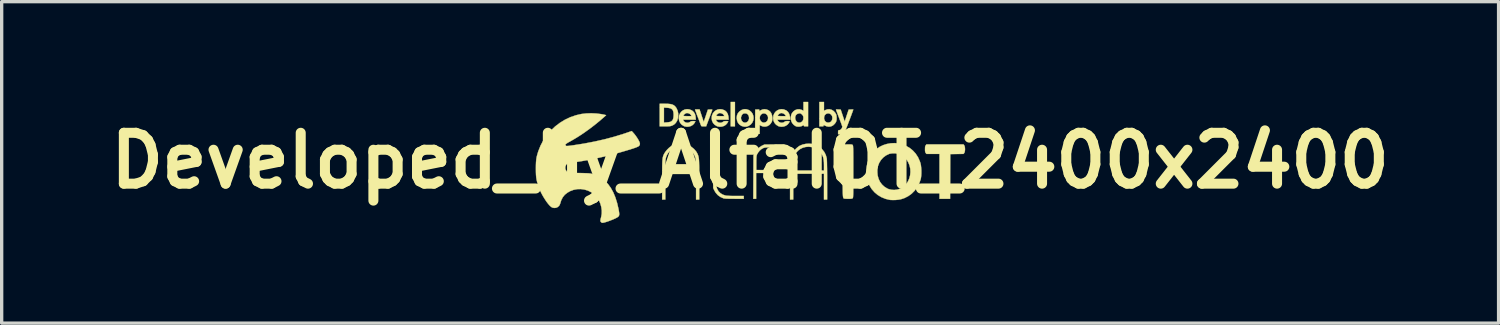
<source format=kicad_pcb>
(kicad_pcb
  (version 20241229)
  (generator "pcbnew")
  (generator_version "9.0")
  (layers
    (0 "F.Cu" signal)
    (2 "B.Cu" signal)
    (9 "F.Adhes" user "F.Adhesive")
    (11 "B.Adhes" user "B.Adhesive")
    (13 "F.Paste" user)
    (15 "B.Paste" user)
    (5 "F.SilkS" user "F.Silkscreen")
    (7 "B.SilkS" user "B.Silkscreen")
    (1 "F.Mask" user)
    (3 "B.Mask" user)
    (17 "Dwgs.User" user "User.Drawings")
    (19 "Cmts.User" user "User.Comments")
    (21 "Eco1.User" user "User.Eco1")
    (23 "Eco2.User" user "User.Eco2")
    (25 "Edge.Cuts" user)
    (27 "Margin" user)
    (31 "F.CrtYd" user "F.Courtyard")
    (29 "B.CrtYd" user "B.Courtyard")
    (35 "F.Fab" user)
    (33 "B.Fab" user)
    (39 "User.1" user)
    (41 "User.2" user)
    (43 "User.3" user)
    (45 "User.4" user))
  (footprint "Developed_by_AlfaIOT_2400x2400"
    (layer "F.Cu")
    (at 19.42 1.762)
    (property "Reference" "Developed_by_AlfaIOT_2400x2400" (at 0 0 0) (layer "F.SilkS") (effects (font (size 1.524 1.524) (thickness 0.3))))
    (attr through_hole)
    (fp_poly (pts (xy -0.455 -1.027) (xy -0.582 -1.027) (xy -0.582 -1.757) (xy -0.455 -1.757) (xy -0.455 -1.027)) (stroke (width 0.01) (type solid)) (fill yes) (layer "F.SilkS"))
    (fp_poly (pts (xy 6.413 -0.459) (xy 6.427 -0.428) (xy 6.435 -0.385) (xy 6.437 -0.335) (xy 6.433 -0.287) (xy 6.423 -0.247) (xy 6.413 -0.229) (xy 6.391 -0.202) (xy 6.193 -0.199) (xy 5.995 -0.196) (xy 5.993 0.474) (xy 5.99 1.143) (xy 5.673 1.143) (xy 5.673 -0.201) (xy 5.283 -0.201) (xy 5.261 -0.229) (xy 5.249 -0.247) (xy 5.243 -0.27) (xy 5.239 -0.303) (xy 5.239 -0.344) (xy 5.24 -0.39) (xy 5.243 -0.422) (xy 5.251 -0.443) (xy 5.261 -0.459) (xy 5.283 -0.487) (xy 6.391 -0.487) (xy 6.413 -0.459)) (stroke (width 0.01) (type solid)) (fill yes) (layer "F.SilkS"))
    (fp_poly (pts (xy -1.453 -1.347) (xy -1.39 -1.159) (xy -1.327 -1.344) (xy -1.265 -1.529) (xy -1.198 -1.532) (xy -1.16 -1.533) (xy -1.14 -1.531) (xy -1.134 -1.524) (xy -1.134 -1.521) (xy -1.139 -1.507) (xy -1.15 -1.477) (xy -1.166 -1.432) (xy -1.187 -1.377) (xy -1.21 -1.313) (xy -1.228 -1.267) (xy -1.318 -1.027) (xy -1.389 -1.027) (xy -1.428 -1.027) (xy -1.45 -1.03) (xy -1.462 -1.037) (xy -1.47 -1.05) (xy -1.472 -1.056) (xy -1.504 -1.139) (xy -1.534 -1.219) (xy -1.563 -1.296) (xy -1.59 -1.365) (xy -1.612 -1.426) (xy -1.631 -1.475) (xy -1.644 -1.51) (xy -1.65 -1.528) (xy -1.651 -1.531) (xy -1.641 -1.533) (xy -1.616 -1.534) (xy -1.583 -1.535) (xy -1.515 -1.535) (xy -1.453 -1.347)) (stroke (width 0.01) (type solid)) (fill yes) (layer "F.SilkS"))
    (fp_poly (pts (xy -1.027 0.104) (xy -1.026 0.251) (xy -1.026 0.381) (xy -1.025 0.493) (xy -1.023 0.586) (xy -1.021 0.661) (xy -1.019 0.715) (xy -1.016 0.75) (xy -1.015 0.757) (xy -0.989 0.843) (xy -0.948 0.916) (xy -0.89 0.975) (xy -0.818 1.019) (xy -0.733 1.046) (xy -0.732 1.046) (xy -0.704 1.05) (xy -0.658 1.053) (xy -0.597 1.056) (xy -0.526 1.058) (xy -0.449 1.058) (xy -0.433 1.058) (xy -0.191 1.058) (xy -0.191 1.143) (xy -0.474 1.142) (xy -0.575 1.142) (xy -0.656 1.14) (xy -0.719 1.138) (xy -0.764 1.134) (xy -0.793 1.13) (xy -0.799 1.128) (xy -0.889 1.089) (xy -0.967 1.033) (xy -1.03 0.962) (xy -1.072 0.892) (xy -1.106 0.82) (xy -1.109 0.167) (xy -1.112 -0.487) (xy -1.027 -0.487) (xy -1.027 0.104)) (stroke (width 0.01) (type solid)) (fill yes) (layer "F.SilkS"))
    (fp_poly (pts (xy 1.027 -0.404) (xy 0.733 -0.4) (xy 0.646 -0.399) (xy 0.577 -0.398) (xy 0.524 -0.397) (xy 0.484 -0.395) (xy 0.454 -0.392) (xy 0.432 -0.388) (xy 0.413 -0.384) (xy 0.397 -0.377) (xy 0.384 -0.372) (xy 0.331 -0.34) (xy 0.28 -0.294) (xy 0.237 -0.241) (xy 0.207 -0.188) (xy 0.206 -0.185) (xy 0.198 -0.164) (xy 0.193 -0.141) (xy 0.189 -0.112) (xy 0.187 -0.074) (xy 0.186 -0.023) (xy 0.185 0.044) (xy 0.185 0.074) (xy 0.185 0.28) (xy 0.431 0.283) (xy 0.677 0.286) (xy 0.677 0.37) (xy 0.18 0.37) (xy 0.18 1.143) (xy 0.095 1.143) (xy 0.101 -0.155) (xy 0.14 -0.234) (xy 0.192 -0.318) (xy 0.258 -0.385) (xy 0.339 -0.439) (xy 0.357 -0.448) (xy 0.429 -0.482) (xy 0.728 -0.485) (xy 1.027 -0.488) (xy 1.027 -0.404)) (stroke (width 0.01) (type solid)) (fill yes) (layer "F.SilkS"))
    (fp_poly (pts (xy -2.463 -1.702) (xy -2.391 -1.695) (xy -2.334 -1.682) (xy -2.289 -1.661) (xy -2.252 -1.632) (xy -2.22 -1.593) (xy -2.202 -1.564) (xy -2.171 -1.493) (xy -2.155 -1.417) (xy -2.154 -1.338) (xy -2.165 -1.262) (xy -2.189 -1.192) (xy -2.226 -1.132) (xy -2.273 -1.086) (xy -2.284 -1.079) (xy -2.316 -1.06) (xy -2.348 -1.046) (xy -2.382 -1.036) (xy -2.424 -1.03) (xy -2.478 -1.028) (xy -2.548 -1.027) (xy -2.559 -1.027) (xy -2.709 -1.027) (xy -2.709 -1.14) (xy -2.582 -1.14) (xy -2.491 -1.146) (xy -2.431 -1.153) (xy -2.386 -1.164) (xy -2.368 -1.172) (xy -2.333 -1.201) (xy -2.309 -1.241) (xy -2.296 -1.296) (xy -2.291 -1.368) (xy -2.291 -1.371) (xy -2.296 -1.442) (xy -2.31 -1.497) (xy -2.336 -1.536) (xy -2.376 -1.563) (xy -2.433 -1.578) (xy -2.493 -1.585) (xy -2.582 -1.59) (xy -2.582 -1.14) (xy -2.709 -1.14) (xy -2.709 -1.704) (xy -2.552 -1.704) (xy -2.463 -1.702)) (stroke (width 0.01) (type solid)) (fill yes) (layer "F.SilkS"))
    (fp_poly (pts (xy -0.052 -1.521) (xy -0.018 -1.503) (xy 0.036 -1.457) (xy 0.075 -1.401) (xy 0.097 -1.337) (xy 0.103 -1.27) (xy 0.093 -1.203) (xy 0.065 -1.14) (xy 0.021 -1.086) (xy 0.015 -1.08) (xy -0.047 -1.039) (xy -0.113 -1.018) (xy -0.182 -1.018) (xy -0.254 -1.038) (xy -0.261 -1.041) (xy -0.319 -1.08) (xy -0.363 -1.132) (xy -0.391 -1.197) (xy -0.402 -1.273) (xy -0.402 -1.275) (xy -0.275 -1.275) (xy -0.266 -1.228) (xy -0.243 -1.185) (xy -0.21 -1.153) (xy -0.166 -1.137) (xy -0.121 -1.141) (xy -0.079 -1.165) (xy -0.071 -1.173) (xy -0.044 -1.213) (xy -0.032 -1.262) (xy -0.035 -1.313) (xy -0.051 -1.36) (xy -0.081 -1.396) (xy -0.082 -1.397) (xy -0.118 -1.414) (xy -0.161 -1.418) (xy -0.202 -1.409) (xy -0.216 -1.402) (xy -0.239 -1.378) (xy -0.259 -1.342) (xy -0.272 -1.302) (xy -0.275 -1.275) (xy -0.402 -1.275) (xy -0.402 -1.283) (xy -0.395 -1.352) (xy -0.372 -1.41) (xy -0.332 -1.461) (xy -0.313 -1.478) (xy -0.253 -1.519) (xy -0.187 -1.54) (xy -0.119 -1.541) (xy -0.052 -1.521)) (stroke (width 0.01) (type solid)) (fill yes) (layer "F.SilkS"))
    (fp_poly (pts (xy 0.491 -1.533) (xy 0.551 -1.509) (xy 0.6 -1.469) (xy 0.632 -1.422) (xy 0.654 -1.362) (xy 0.666 -1.296) (xy 0.666 -1.231) (xy 0.653 -1.174) (xy 0.652 -1.171) (xy 0.617 -1.111) (xy 0.57 -1.064) (xy 0.514 -1.033) (xy 0.453 -1.019) (xy 0.389 -1.022) (xy 0.335 -1.041) (xy 0.286 -1.066) (xy 0.286 -0.804) (xy 0.148 -0.804) (xy 0.152 -1.296) (xy 0.287 -1.296) (xy 0.29 -1.247) (xy 0.308 -1.202) (xy 0.338 -1.165) (xy 0.38 -1.142) (xy 0.387 -1.14) (xy 0.426 -1.14) (xy 0.468 -1.153) (xy 0.483 -1.161) (xy 0.513 -1.192) (xy 0.532 -1.235) (xy 0.538 -1.283) (xy 0.53 -1.33) (xy 0.524 -1.344) (xy 0.492 -1.386) (xy 0.453 -1.41) (xy 0.409 -1.418) (xy 0.366 -1.408) (xy 0.328 -1.381) (xy 0.301 -1.344) (xy 0.287 -1.296) (xy 0.152 -1.296) (xy 0.153 -1.529) (xy 0.214 -1.532) (xy 0.249 -1.534) (xy 0.267 -1.532) (xy 0.274 -1.524) (xy 0.275 -1.509) (xy 0.275 -1.508) (xy 0.275 -1.48) (xy 0.304 -1.501) (xy 0.363 -1.53) (xy 0.427 -1.541) (xy 0.491 -1.533)) (stroke (width 0.01) (type solid)) (fill yes) (layer "F.SilkS"))
    (fp_poly (pts (xy 1.736 -1.027) (xy 1.672 -1.027) (xy 1.637 -1.027) (xy 1.618 -1.031) (xy 1.61 -1.038) (xy 1.609 -1.048) (xy 1.607 -1.064) (xy 1.599 -1.067) (xy 1.582 -1.057) (xy 1.566 -1.046) (xy 1.531 -1.029) (xy 1.484 -1.02) (xy 1.433 -1.018) (xy 1.388 -1.024) (xy 1.37 -1.03) (xy 1.314 -1.066) (xy 1.267 -1.117) (xy 1.239 -1.166) (xy 1.22 -1.233) (xy 1.218 -1.28) (xy 1.348 -1.28) (xy 1.358 -1.226) (xy 1.359 -1.223) (xy 1.386 -1.177) (xy 1.423 -1.148) (xy 1.467 -1.137) (xy 1.514 -1.145) (xy 1.542 -1.16) (xy 1.575 -1.193) (xy 1.593 -1.239) (xy 1.595 -1.295) (xy 1.589 -1.332) (xy 1.575 -1.358) (xy 1.551 -1.384) (xy 1.525 -1.406) (xy 1.503 -1.416) (xy 1.477 -1.417) (xy 1.462 -1.415) (xy 1.414 -1.4) (xy 1.377 -1.37) (xy 1.355 -1.329) (xy 1.348 -1.28) (xy 1.218 -1.28) (xy 1.218 -1.305) (xy 1.231 -1.374) (xy 1.255 -1.424) (xy 1.298 -1.477) (xy 1.352 -1.515) (xy 1.413 -1.536) (xy 1.476 -1.539) (xy 1.538 -1.523) (xy 1.553 -1.516) (xy 1.598 -1.493) (xy 1.598 -1.757) (xy 1.736 -1.757) (xy 1.736 -1.027)) (stroke (width 0.01) (type solid)) (fill yes) (layer "F.SilkS"))
    (fp_poly (pts (xy 2.642 -1.532) (xy 2.642 -1.532) (xy 2.713 -1.529) (xy 2.773 -1.349) (xy 2.833 -1.169) (xy 2.892 -1.349) (xy 2.952 -1.529) (xy 3.021 -1.532) (xy 3.056 -1.533) (xy 3.081 -1.532) (xy 3.09 -1.53) (xy 3.087 -1.518) (xy 3.076 -1.489) (xy 3.061 -1.446) (xy 3.041 -1.392) (xy 3.018 -1.33) (xy 2.992 -1.262) (xy 2.966 -1.193) (xy 2.94 -1.124) (xy 2.915 -1.059) (xy 2.892 -1) (xy 2.872 -0.951) (xy 2.858 -0.914) (xy 2.848 -0.892) (xy 2.847 -0.889) (xy 2.813 -0.842) (xy 2.768 -0.812) (xy 2.709 -0.797) (xy 2.697 -0.796) (xy 2.635 -0.791) (xy 2.635 -0.851) (xy 2.636 -0.885) (xy 2.64 -0.903) (xy 2.649 -0.909) (xy 2.656 -0.91) (xy 2.698 -0.92) (xy 2.731 -0.948) (xy 2.745 -0.97) (xy 2.756 -0.996) (xy 2.762 -1.014) (xy 2.762 -1.016) (xy 2.759 -1.029) (xy 2.748 -1.058) (xy 2.733 -1.102) (xy 2.712 -1.157) (xy 2.688 -1.22) (xy 2.667 -1.276) (xy 2.641 -1.345) (xy 2.618 -1.406) (xy 2.598 -1.458) (xy 2.583 -1.498) (xy 2.574 -1.523) (xy 2.572 -1.531) (xy 2.581 -1.533) (xy 2.607 -1.533) (xy 2.642 -1.532)) (stroke (width 0.01) (type solid)) (fill yes) (layer "F.SilkS"))
    (fp_poly (pts (xy 2.212 -1.493) (xy 2.257 -1.516) (xy 2.319 -1.537) (xy 2.382 -1.539) (xy 2.444 -1.522) (xy 2.499 -1.488) (xy 2.546 -1.438) (xy 2.555 -1.424) (xy 2.574 -1.39) (xy 2.585 -1.357) (xy 2.59 -1.315) (xy 2.591 -1.296) (xy 2.591 -1.233) (xy 2.582 -1.183) (xy 2.562 -1.14) (xy 2.532 -1.101) (xy 2.48 -1.053) (xy 2.42 -1.025) (xy 2.357 -1.017) (xy 2.291 -1.029) (xy 2.259 -1.042) (xy 2.23 -1.057) (xy 2.21 -1.067) (xy 2.204 -1.069) (xy 2.202 -1.06) (xy 2.201 -1.048) (xy 2.199 -1.036) (xy 2.189 -1.03) (xy 2.166 -1.027) (xy 2.138 -1.027) (xy 2.074 -1.027) (xy 2.074 -1.264) (xy 2.215 -1.264) (xy 2.215 -1.262) (xy 2.229 -1.21) (xy 2.257 -1.17) (xy 2.295 -1.146) (xy 2.34 -1.138) (xy 2.387 -1.148) (xy 2.411 -1.16) (xy 2.44 -1.191) (xy 2.458 -1.233) (xy 2.464 -1.281) (xy 2.457 -1.327) (xy 2.45 -1.344) (xy 2.42 -1.385) (xy 2.382 -1.409) (xy 2.341 -1.417) (xy 2.301 -1.411) (xy 2.264 -1.391) (xy 2.235 -1.359) (xy 2.218 -1.317) (xy 2.215 -1.264) (xy 2.074 -1.264) (xy 2.074 -1.757) (xy 2.212 -1.757) (xy 2.212 -1.493)) (stroke (width 0.01) (type solid)) (fill yes) (layer "F.SilkS"))
    (fp_poly (pts (xy -1.821 -1.535) (xy -1.754 -1.509) (xy -1.734 -1.497) (xy -1.687 -1.454) (xy -1.653 -1.396) (xy -1.635 -1.326) (xy -1.632 -1.301) (xy -1.627 -1.228) (xy -2.011 -1.228) (xy -1.995 -1.196) (xy -1.967 -1.163) (xy -1.927 -1.142) (xy -1.881 -1.134) (xy -1.836 -1.14) (xy -1.798 -1.161) (xy -1.795 -1.163) (xy -1.776 -1.176) (xy -1.75 -1.183) (xy -1.711 -1.185) (xy -1.706 -1.185) (xy -1.672 -1.184) (xy -1.648 -1.181) (xy -1.64 -1.177) (xy -1.646 -1.164) (xy -1.659 -1.139) (xy -1.671 -1.12) (xy -1.712 -1.074) (xy -1.766 -1.04) (xy -1.829 -1.02) (xy -1.895 -1.015) (xy -1.96 -1.026) (xy -1.985 -1.036) (xy -2.047 -1.075) (xy -2.094 -1.128) (xy -2.125 -1.192) (xy -2.137 -1.265) (xy -2.137 -1.275) (xy -2.129 -1.344) (xy -2 -1.344) (xy -1.99 -1.339) (xy -1.962 -1.336) (xy -1.918 -1.334) (xy -1.878 -1.333) (xy -1.756 -1.333) (xy -1.772 -1.364) (xy -1.799 -1.395) (xy -1.839 -1.417) (xy -1.884 -1.426) (xy -1.904 -1.425) (xy -1.932 -1.415) (xy -1.962 -1.395) (xy -1.986 -1.372) (xy -1.999 -1.349) (xy -2 -1.344) (xy -2.129 -1.344) (xy -2.128 -1.349) (xy -2.102 -1.413) (xy -2.063 -1.466) (xy -2.012 -1.506) (xy -1.953 -1.532) (xy -1.888 -1.542) (xy -1.821 -1.535)) (stroke (width 0.01) (type solid)) (fill yes) (layer "F.SilkS"))
    (fp_poly (pts (xy -0.837 -1.535) (xy -0.77 -1.509) (xy -0.749 -1.497) (xy -0.702 -1.454) (xy -0.669 -1.396) (xy -0.651 -1.326) (xy -0.648 -1.301) (xy -0.643 -1.228) (xy -1.027 -1.228) (xy -1.011 -1.196) (xy -0.983 -1.163) (xy -0.943 -1.142) (xy -0.897 -1.134) (xy -0.852 -1.14) (xy -0.813 -1.161) (xy -0.811 -1.163) (xy -0.792 -1.176) (xy -0.766 -1.183) (xy -0.727 -1.185) (xy -0.722 -1.185) (xy -0.688 -1.184) (xy -0.664 -1.181) (xy -0.656 -1.177) (xy -0.661 -1.164) (xy -0.675 -1.139) (xy -0.687 -1.12) (xy -0.728 -1.074) (xy -0.782 -1.04) (xy -0.845 -1.02) (xy -0.911 -1.015) (xy -0.975 -1.026) (xy -1 -1.036) (xy -1.062 -1.075) (xy -1.11 -1.128) (xy -1.141 -1.192) (xy -1.153 -1.265) (xy -1.153 -1.275) (xy -1.145 -1.344) (xy -1.016 -1.344) (xy -1.006 -1.339) (xy -0.978 -1.336) (xy -0.934 -1.334) (xy -0.894 -1.333) (xy -0.772 -1.333) (xy -0.788 -1.364) (xy -0.815 -1.395) (xy -0.855 -1.417) (xy -0.899 -1.426) (xy -0.919 -1.425) (xy -0.948 -1.415) (xy -0.977 -1.395) (xy -1.002 -1.372) (xy -1.015 -1.349) (xy -1.016 -1.344) (xy -1.145 -1.344) (xy -1.144 -1.349) (xy -1.118 -1.413) (xy -1.078 -1.466) (xy -1.028 -1.506) (xy -0.969 -1.532) (xy -0.904 -1.542) (xy -0.837 -1.535)) (stroke (width 0.01) (type solid)) (fill yes) (layer "F.SilkS"))
    (fp_poly (pts (xy 1.004 -1.535) (xy 1.072 -1.509) (xy 1.092 -1.497) (xy 1.139 -1.454) (xy 1.172 -1.396) (xy 1.191 -1.326) (xy 1.194 -1.301) (xy 1.199 -1.228) (xy 0.814 -1.228) (xy 0.831 -1.196) (xy 0.859 -1.163) (xy 0.899 -1.142) (xy 0.944 -1.134) (xy 0.99 -1.14) (xy 1.028 -1.161) (xy 1.031 -1.163) (xy 1.05 -1.176) (xy 1.075 -1.183) (xy 1.114 -1.185) (xy 1.12 -1.185) (xy 1.154 -1.184) (xy 1.178 -1.181) (xy 1.185 -1.177) (xy 1.18 -1.164) (xy 1.167 -1.139) (xy 1.155 -1.12) (xy 1.114 -1.074) (xy 1.06 -1.04) (xy 0.997 -1.02) (xy 0.931 -1.015) (xy 0.866 -1.026) (xy 0.841 -1.036) (xy 0.779 -1.075) (xy 0.732 -1.128) (xy 0.701 -1.192) (xy 0.689 -1.265) (xy 0.688 -1.275) (xy 0.697 -1.344) (xy 0.826 -1.344) (xy 0.836 -1.339) (xy 0.864 -1.336) (xy 0.908 -1.334) (xy 0.947 -1.333) (xy 1.069 -1.333) (xy 1.054 -1.364) (xy 1.027 -1.395) (xy 0.987 -1.417) (xy 0.942 -1.426) (xy 0.922 -1.425) (xy 0.894 -1.415) (xy 0.864 -1.395) (xy 0.84 -1.372) (xy 0.826 -1.349) (xy 0.826 -1.344) (xy 0.697 -1.344) (xy 0.698 -1.349) (xy 0.723 -1.413) (xy 0.763 -1.466) (xy 0.814 -1.506) (xy 0.873 -1.532) (xy 0.937 -1.542) (xy 1.004 -1.535)) (stroke (width 0.01) (type solid)) (fill yes) (layer "F.SilkS"))
    (fp_poly (pts (xy 1.855 -0.501) (xy 1.898 -0.492) (xy 1.996 -0.457) (xy 2.083 -0.404) (xy 2.159 -0.338) (xy 2.221 -0.26) (xy 2.266 -0.171) (xy 2.294 -0.075) (xy 2.296 -0.058) (xy 2.298 -0.033) (xy 2.3 0.011) (xy 2.302 0.071) (xy 2.303 0.146) (xy 2.305 0.233) (xy 2.306 0.331) (xy 2.307 0.436) (xy 2.307 0.547) (xy 2.307 0.59) (xy 2.307 1.164) (xy 2.212 1.164) (xy 2.212 0.392) (xy 1.291 0.392) (xy 1.291 1.164) (xy 1.196 1.164) (xy 1.196 0.579) (xy 1.196 0.444) (xy 1.197 0.327) (xy 1.197 0.228) (xy 1.198 0.145) (xy 1.199 0.133) (xy 1.291 0.133) (xy 1.291 0.296) (xy 2.212 0.296) (xy 2.212 0.145) (xy 2.21 0.049) (xy 2.202 -0.031) (xy 2.188 -0.098) (xy 2.166 -0.155) (xy 2.135 -0.208) (xy 2.093 -0.26) (xy 2.076 -0.278) (xy 2.006 -0.338) (xy 1.926 -0.381) (xy 1.841 -0.407) (xy 1.754 -0.417) (xy 1.666 -0.41) (xy 1.581 -0.388) (xy 1.503 -0.35) (xy 1.432 -0.297) (xy 1.374 -0.229) (xy 1.358 -0.203) (xy 1.333 -0.156) (xy 1.315 -0.108) (xy 1.302 -0.056) (xy 1.295 0.007) (xy 1.292 0.083) (xy 1.291 0.133) (xy 1.199 0.133) (xy 1.2 0.076) (xy 1.203 0.018) (xy 1.207 -0.03) (xy 1.211 -0.069) (xy 1.217 -0.102) (xy 1.225 -0.13) (xy 1.234 -0.156) (xy 1.244 -0.181) (xy 1.257 -0.206) (xy 1.26 -0.213) (xy 1.294 -0.268) (xy 1.342 -0.325) (xy 1.396 -0.379) (xy 1.452 -0.424) (xy 1.488 -0.447) (xy 1.57 -0.481) (xy 1.664 -0.502) (xy 1.761 -0.509) (xy 1.855 -0.501)) (stroke (width 0.01) (type solid)) (fill yes) (layer "F.SilkS"))
    (fp_poly (pts (xy 2.991 -0.486) (xy 3.027 -0.485) (xy 3.05 -0.481) (xy 3.065 -0.475) (xy 3.073 -0.467) (xy 3.076 -0.462) (xy 3.079 -0.454) (xy 3.081 -0.441) (xy 3.084 -0.422) (xy 3.085 -0.396) (xy 3.087 -0.36) (xy 3.088 -0.314) (xy 3.089 -0.257) (xy 3.089 -0.186) (xy 3.09 -0.1) (xy 3.09 0.002) (xy 3.09 0.122) (xy 3.09 0.26) (xy 3.09 0.33) (xy 3.09 0.477) (xy 3.09 0.604) (xy 3.09 0.714) (xy 3.09 0.806) (xy 3.089 0.883) (xy 3.089 0.946) (xy 3.088 0.997) (xy 3.086 1.036) (xy 3.085 1.067) (xy 3.083 1.089) (xy 3.081 1.104) (xy 3.078 1.114) (xy 3.075 1.121) (xy 3.071 1.125) (xy 3.071 1.125) (xy 3.058 1.134) (xy 3.037 1.139) (xy 3.005 1.142) (xy 2.957 1.143) (xy 2.936 1.143) (xy 2.888 1.142) (xy 2.847 1.14) (xy 2.819 1.137) (xy 2.809 1.135) (xy 2.802 1.13) (xy 2.796 1.123) (xy 2.791 1.113) (xy 2.787 1.099) (xy 2.783 1.078) (xy 2.78 1.05) (xy 2.778 1.013) (xy 2.776 0.966) (xy 2.775 0.907) (xy 2.774 0.834) (xy 2.773 0.747) (xy 2.773 0.643) (xy 2.773 0.522) (xy 2.773 0.381) (xy 2.773 0.328) (xy 2.773 0.181) (xy 2.773 0.053) (xy 2.773 -0.057) (xy 2.774 -0.15) (xy 2.775 -0.227) (xy 2.776 -0.291) (xy 2.777 -0.342) (xy 2.78 -0.382) (xy 2.782 -0.413) (xy 2.786 -0.436) (xy 2.79 -0.452) (xy 2.794 -0.464) (xy 2.8 -0.471) (xy 2.806 -0.477) (xy 2.809 -0.479) (xy 2.824 -0.482) (xy 2.855 -0.484) (xy 2.897 -0.486) (xy 2.938 -0.487) (xy 2.991 -0.486)) (stroke (width 0.01) (type solid)) (fill yes) (layer "F.SilkS"))
    (fp_poly (pts (xy -1.976 -0.501) (xy -1.934 -0.492) (xy -1.842 -0.459) (xy -1.757 -0.411) (xy -1.682 -0.349) (xy -1.62 -0.279) (xy -1.584 -0.219) (xy -1.572 -0.193) (xy -1.562 -0.168) (xy -1.553 -0.143) (xy -1.546 -0.115) (xy -1.54 -0.083) (xy -1.535 -0.045) (xy -1.531 0.002) (xy -1.529 0.058) (xy -1.527 0.126) (xy -1.525 0.207) (xy -1.525 0.304) (xy -1.524 0.418) (xy -1.524 0.551) (xy -1.524 0.574) (xy -1.524 1.164) (xy -1.619 1.164) (xy -1.619 0.392) (xy -2.54 0.392) (xy -2.54 1.164) (xy -2.635 1.164) (xy -2.635 0.579) (xy -2.635 0.443) (xy -2.635 0.326) (xy -2.634 0.227) (xy -2.633 0.143) (xy -2.632 0.134) (xy -2.54 0.134) (xy -2.54 0.296) (xy -1.619 0.296) (xy -1.619 0.145) (xy -1.622 0.049) (xy -1.629 -0.031) (xy -1.643 -0.098) (xy -1.665 -0.155) (xy -1.697 -0.208) (xy -1.738 -0.26) (xy -1.755 -0.278) (xy -1.826 -0.338) (xy -1.905 -0.381) (xy -1.99 -0.408) (xy -2.078 -0.417) (xy -2.165 -0.411) (xy -2.249 -0.388) (xy -2.328 -0.35) (xy -2.398 -0.296) (xy -2.457 -0.227) (xy -2.475 -0.198) (xy -2.499 -0.152) (xy -2.516 -0.108) (xy -2.528 -0.06) (xy -2.536 -0.005) (xy -2.539 0.062) (xy -2.54 0.134) (xy -2.632 0.134) (xy -2.631 0.073) (xy -2.628 0.015) (xy -2.624 -0.032) (xy -2.62 -0.072) (xy -2.613 -0.105) (xy -2.606 -0.133) (xy -2.597 -0.158) (xy -2.586 -0.183) (xy -2.573 -0.208) (xy -2.57 -0.215) (xy -2.536 -0.267) (xy -2.49 -0.323) (xy -2.438 -0.376) (xy -2.385 -0.42) (xy -2.343 -0.447) (xy -2.261 -0.481) (xy -2.167 -0.502) (xy -2.07 -0.509) (xy -1.976 -0.501)) (stroke (width 0.01) (type solid)) (fill yes) (layer "F.SilkS"))
    (fp_poly (pts (xy 4.405 -0.519) (xy 4.538 -0.492) (xy 4.661 -0.447) (xy 4.772 -0.385) (xy 4.871 -0.306) (xy 4.957 -0.212) (xy 5.028 -0.104) (xy 5.083 0.018) (xy 5.104 0.082) (xy 5.116 0.14) (xy 5.124 0.213) (xy 5.129 0.294) (xy 5.129 0.377) (xy 5.125 0.456) (xy 5.116 0.524) (xy 5.108 0.561) (xy 5.064 0.685) (xy 5.003 0.799) (xy 4.927 0.901) (xy 4.838 0.99) (xy 4.736 1.063) (xy 4.625 1.12) (xy 4.524 1.154) (xy 4.448 1.168) (xy 4.364 1.178) (xy 4.279 1.18) (xy 4.203 1.177) (xy 4.183 1.174) (xy 4.055 1.144) (xy 3.935 1.095) (xy 3.825 1.03) (xy 3.727 0.948) (xy 3.643 0.852) (xy 3.574 0.742) (xy 3.55 0.693) (xy 3.51 0.577) (xy 3.486 0.453) (xy 3.479 0.328) (xy 3.81 0.328) (xy 3.819 0.439) (xy 3.847 0.542) (xy 3.89 0.634) (xy 3.95 0.715) (xy 4.024 0.783) (xy 4.111 0.836) (xy 4.154 0.854) (xy 4.232 0.873) (xy 4.317 0.878) (xy 4.404 0.868) (xy 4.447 0.857) (xy 4.535 0.82) (xy 4.611 0.766) (xy 4.676 0.699) (xy 4.728 0.621) (xy 4.767 0.534) (xy 4.792 0.441) (xy 4.802 0.344) (xy 4.798 0.246) (xy 4.777 0.149) (xy 4.739 0.055) (xy 4.7 -0.011) (xy 4.653 -0.067) (xy 4.595 -0.121) (xy 4.532 -0.165) (xy 4.477 -0.192) (xy 4.411 -0.211) (xy 4.336 -0.22) (xy 4.26 -0.219) (xy 4.191 -0.209) (xy 4.165 -0.202) (xy 4.072 -0.158) (xy 3.99 -0.097) (xy 3.921 -0.022) (xy 3.866 0.067) (xy 3.828 0.168) (xy 3.826 0.177) (xy 3.818 0.217) (xy 3.813 0.269) (xy 3.81 0.321) (xy 3.81 0.328) (xy 3.479 0.328) (xy 3.479 0.324) (xy 3.488 0.194) (xy 3.513 0.069) (xy 3.555 -0.047) (xy 3.555 -0.048) (xy 3.613 -0.151) (xy 3.687 -0.248) (xy 3.774 -0.335) (xy 3.87 -0.406) (xy 3.885 -0.416) (xy 3.985 -0.464) (xy 4.096 -0.499) (xy 4.212 -0.52) (xy 4.329 -0.525) (xy 4.405 -0.519)) (stroke (width 0.01) (type solid)) (fill yes) (layer "F.SilkS"))
    (fp_poly (pts (xy -4.608 -1.412) (xy -4.462 -1.394) (xy -4.389 -1.38) (xy -4.313 -1.362) (xy -4.376 -1.305) (xy -4.515 -1.185) (xy -4.664 -1.064) (xy -4.819 -0.946) (xy -4.977 -0.833) (xy -5.134 -0.729) (xy -5.285 -0.637) (xy -5.401 -0.571) (xy -5.46 -0.539) (xy -5.501 -0.512) (xy -5.526 -0.491) (xy -5.535 -0.473) (xy -5.532 -0.458) (xy -5.52 -0.445) (xy -5.511 -0.441) (xy -5.494 -0.439) (xy -5.468 -0.44) (xy -5.429 -0.443) (xy -5.375 -0.45) (xy -5.303 -0.46) (xy -5.3 -0.46) (xy -4.975 -0.511) (xy -4.658 -0.572) (xy -4.352 -0.641) (xy -4.061 -0.719) (xy -3.786 -0.804) (xy -3.729 -0.823) (xy -3.547 -0.886) (xy -3.516 -0.853) (xy -3.468 -0.798) (xy -3.422 -0.738) (xy -3.381 -0.678) (xy -3.346 -0.62) (xy -3.32 -0.569) (xy -3.305 -0.528) (xy -3.302 -0.508) (xy -3.305 -0.48) (xy -3.315 -0.457) (xy -3.334 -0.436) (xy -3.366 -0.417) (xy -3.413 -0.397) (xy -3.477 -0.374) (xy -3.499 -0.367) (xy -3.685 -0.309) (xy -3.879 -0.252) (xy -4.078 -0.197) (xy -4.279 -0.146) (xy -4.48 -0.098) (xy -4.675 -0.055) (xy -4.863 -0.018) (xy -5.041 0.014) (xy -5.204 0.039) (xy -5.318 0.053) (xy -5.385 0.062) (xy -5.433 0.072) (xy -5.468 0.085) (xy -5.493 0.101) (xy -5.509 0.121) (xy -5.532 0.174) (xy -5.537 0.228) (xy -5.523 0.28) (xy -5.492 0.325) (xy -5.456 0.353) (xy -5.437 0.357) (xy -5.398 0.361) (xy -5.337 0.365) (xy -5.256 0.368) (xy -5.155 0.371) (xy -5.117 0.371) (xy -5.026 0.373) (xy -4.953 0.375) (xy -4.896 0.377) (xy -4.85 0.379) (xy -4.815 0.382) (xy -4.785 0.386) (xy -4.76 0.391) (xy -4.735 0.398) (xy -4.707 0.406) (xy -4.707 0.406) (xy -4.577 0.455) (xy -4.46 0.52) (xy -4.354 0.601) (xy -4.259 0.699) (xy -4.175 0.815) (xy -4.101 0.948) (xy -4.038 1.098) (xy -3.985 1.267) (xy -3.946 1.434) (xy -3.932 1.506) (xy -3.924 1.562) (xy -3.921 1.603) (xy -3.924 1.634) (xy -3.933 1.657) (xy -3.949 1.677) (xy -3.969 1.692) (xy -4.002 1.712) (xy -4.05 1.736) (xy -4.109 1.762) (xy -4.173 1.787) (xy -4.238 1.812) (xy -4.301 1.833) (xy -4.357 1.85) (xy -4.401 1.86) (xy -4.425 1.863) (xy -4.447 1.856) (xy -4.467 1.84) (xy -4.479 1.824) (xy -4.485 1.804) (xy -4.483 1.776) (xy -4.475 1.735) (xy -4.461 1.683) (xy -4.445 1.592) (xy -4.444 1.493) (xy -4.458 1.39) (xy -4.486 1.289) (xy -4.527 1.194) (xy -4.534 1.181) (xy -4.598 1.087) (xy -4.675 1.009) (xy -4.763 0.945) (xy -4.86 0.897) (xy -4.963 0.866) (xy -5.071 0.851) (xy -5.179 0.853) (xy -5.287 0.874) (xy -5.392 0.913) (xy -5.474 0.96) (xy -5.552 1.022) (xy -5.612 1.096) (xy -5.657 1.183) (xy -5.678 1.249) (xy -5.691 1.291) (xy -5.708 1.329) (xy -5.721 1.351) (xy -5.762 1.389) (xy -5.814 1.412) (xy -5.872 1.417) (xy -5.929 1.404) (xy -5.93 1.404) (xy -5.967 1.38) (xy -6.01 1.34) (xy -6.056 1.286) (xy -6.106 1.22) (xy -6.155 1.145) (xy -6.204 1.065) (xy -6.25 0.981) (xy -6.291 0.897) (xy -6.325 0.815) (xy -6.34 0.772) (xy -6.365 0.694) (xy -6.384 0.625) (xy -6.398 0.561) (xy -6.408 0.495) (xy -6.414 0.423) (xy -6.417 0.341) (xy -6.418 0.242) (xy -6.418 0.238) (xy -6.417 0.138) (xy -6.414 0.055) (xy -6.408 -0.017) (xy -6.399 -0.083) (xy -6.385 -0.147) (xy -6.366 -0.214) (xy -6.345 -0.282) (xy -6.277 -0.452) (xy -6.191 -0.613) (xy -6.089 -0.762) (xy -5.972 -0.899) (xy -5.842 -1.023) (xy -5.699 -1.132) (xy -5.546 -1.226) (xy -5.383 -1.303) (xy -5.212 -1.361) (xy -5.05 -1.398) (xy -4.91 -1.414) (xy -4.759 -1.419) (xy -4.608 -1.412)) (stroke (width 0.01) (type solid)) (fill yes) (layer "F.SilkS")))
  (gr_rect
    (start -3 -3)
    (end 41.84 6.63)
    (stroke (width 0.1) (type default))
    (fill no)
    (layer "Edge.Cuts")))
</source>
